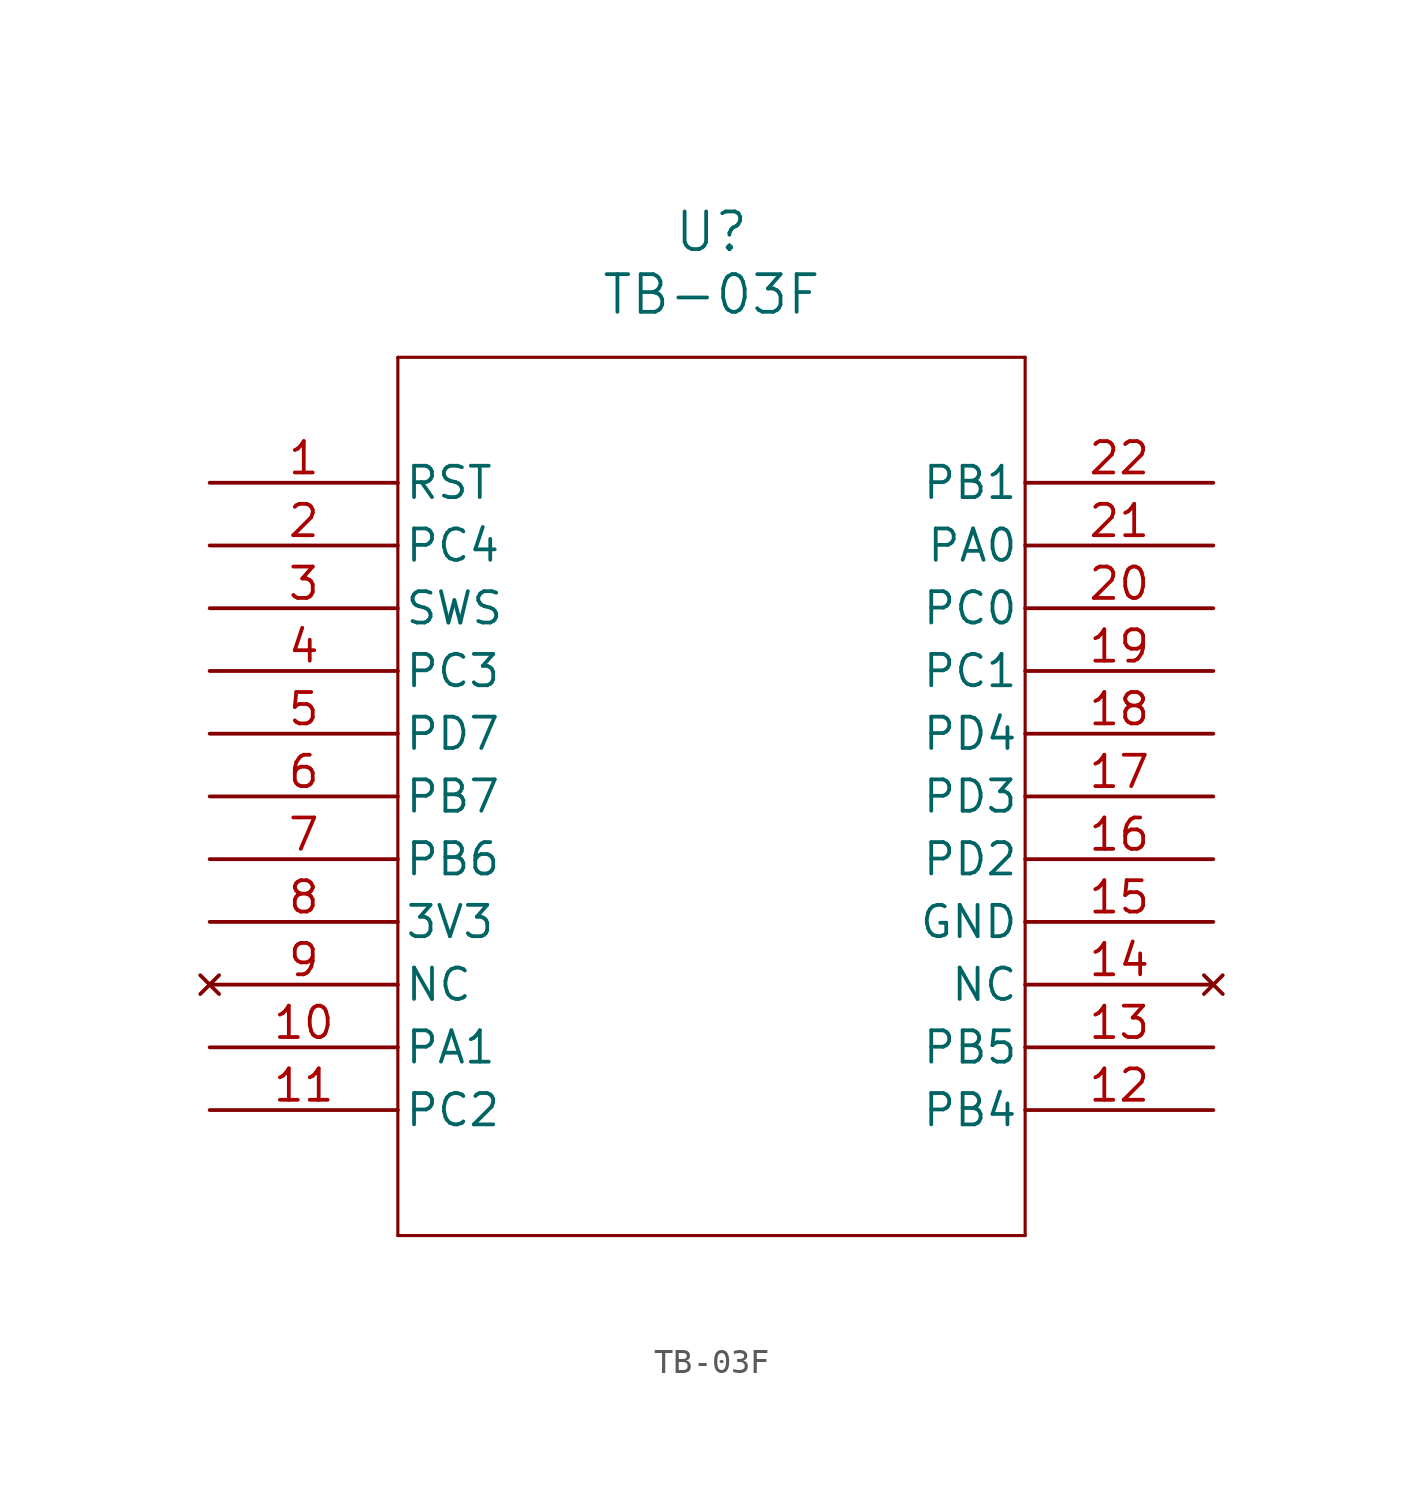
<source format=kicad_sym>
(kicad_symbol_lib
  (version 20211014)
  (generator kicad_symbol_editor)
  (symbol "TB-03F"
    (pin_names
      (offset 0.254))
    (property "Reference" "U"
      (at 20.32 10.16 0)
      (effects (font (size 1.524 1.524))))
    (property "Value" "TB-03F"
      (at 20.32 7.62 0)
      (effects (font (size 1.524 1.524))))
    (symbol "TB-03F_0_1"
      (polyline (pts (xy 7.62 5.08) (xy 7.62 -30.48)) (stroke (width 0.127) (type default) (color 0 0 0 0)) (fill (type none)))
      (polyline (pts (xy 7.62 -30.48) (xy 33.02 -30.48)) (stroke (width 0.127) (type default) (color 0 0 0 0)) (fill (type none)))
      (polyline (pts (xy 33.02 -30.48) (xy 33.02 5.08)) (stroke (width 0.127) (type default) (color 0 0 0 0)) (fill (type none)))
      (polyline (pts (xy 33.02 5.08) (xy 7.62 5.08)) (stroke (width 0.127) (type default) (color 0 0 0 0)) (fill (type none)))
      (pin input line (at 0 0 0) (length 7.62) (name "RST" (effects (font (size 1.27 1.27)))) (number "1" (effects (font (size 1.27 1.27)))))
      (pin bidirectional line (at 0 -2.54 0) (length 7.62) (name "PC4" (effects (font (size 1.27 1.27)))) (number "2" (effects (font (size 1.27 1.27)))))
      (pin unspecified line (at 0 -5.08 0) (length 7.62) (name "SWS" (effects (font (size 1.27 1.27)))) (number "3" (effects (font (size 1.27 1.27)))))
      (pin bidirectional line (at 0 -7.62 0) (length 7.62) (name "PC3" (effects (font (size 1.27 1.27)))) (number "4" (effects (font (size 1.27 1.27)))))
      (pin bidirectional line (at 0 -10.16 0) (length 7.62) (name "PD7" (effects (font (size 1.27 1.27)))) (number "5" (effects (font (size 1.27 1.27)))))
      (pin bidirectional line (at 0 -12.7 0) (length 7.62) (name "PB7" (effects (font (size 1.27 1.27)))) (number "6" (effects (font (size 1.27 1.27)))))
      (pin bidirectional line (at 0 -15.24 0) (length 7.62) (name "PB6" (effects (font (size 1.27 1.27)))) (number "7" (effects (font (size 1.27 1.27)))))
      (pin power_in line (at 0 -17.78 0) (length 7.62) (name "3V3" (effects (font (size 1.27 1.27)))) (number "8" (effects (font (size 1.27 1.27)))))
      (pin no_connect line (at 0 -20.32 0) (length 7.62) (name "NC" (effects (font (size 1.27 1.27)))) (number "9" (effects (font (size 1.27 1.27)))))
      (pin bidirectional line (at 0 -22.86 0) (length 7.62) (name "PA1" (effects (font (size 1.27 1.27)))) (number "10" (effects (font (size 1.27 1.27)))))
      (pin bidirectional line (at 0 -25.4 0) (length 7.62) (name "PC2" (effects (font (size 1.27 1.27)))) (number "11" (effects (font (size 1.27 1.27)))))
      (pin bidirectional line (at 40.64 -25.4 180) (length 7.62) (name "PB4" (effects (font (size 1.27 1.27)))) (number "12" (effects (font (size 1.27 1.27)))))
      (pin bidirectional line (at 40.64 -22.86 180) (length 7.62) (name "PB5" (effects (font (size 1.27 1.27)))) (number "13" (effects (font (size 1.27 1.27)))))
      (pin no_connect line (at 40.64 -20.32 180) (length 7.62) (name "NC" (effects (font (size 1.27 1.27)))) (number "14" (effects (font (size 1.27 1.27)))))
      (pin power_out line (at 40.64 -17.78 180) (length 7.62) (name "GND" (effects (font (size 1.27 1.27)))) (number "15" (effects (font (size 1.27 1.27)))))
      (pin bidirectional line (at 40.64 -15.24 180) (length 7.62) (name "PD2" (effects (font (size 1.27 1.27)))) (number "16" (effects (font (size 1.27 1.27)))))
      (pin bidirectional line (at 40.64 -12.7 180) (length 7.62) (name "PD3" (effects (font (size 1.27 1.27)))) (number "17" (effects (font (size 1.27 1.27)))))
      (pin bidirectional line (at 40.64 -10.16 180) (length 7.62) (name "PD4" (effects (font (size 1.27 1.27)))) (number "18" (effects (font (size 1.27 1.27)))))
      (pin bidirectional line (at 40.64 -7.62 180) (length 7.62) (name "PC1" (effects (font (size 1.27 1.27)))) (number "19" (effects (font (size 1.27 1.27)))))
      (pin bidirectional line (at 40.64 -5.08 180) (length 7.62) (name "PC0" (effects (font (size 1.27 1.27)))) (number "20" (effects (font (size 1.27 1.27)))))
      (pin bidirectional line (at 40.64 -2.54 180) (length 7.62) (name "PA0" (effects (font (size 1.27 1.27)))) (number "21" (effects (font (size 1.27 1.27)))))
      (pin bidirectional line (at 40.64 0 180) (length 7.62) (name "PB1" (effects (font (size 1.27 1.27)))) (number "22" (effects (font (size 1.27 1.27))))))))
</source>
